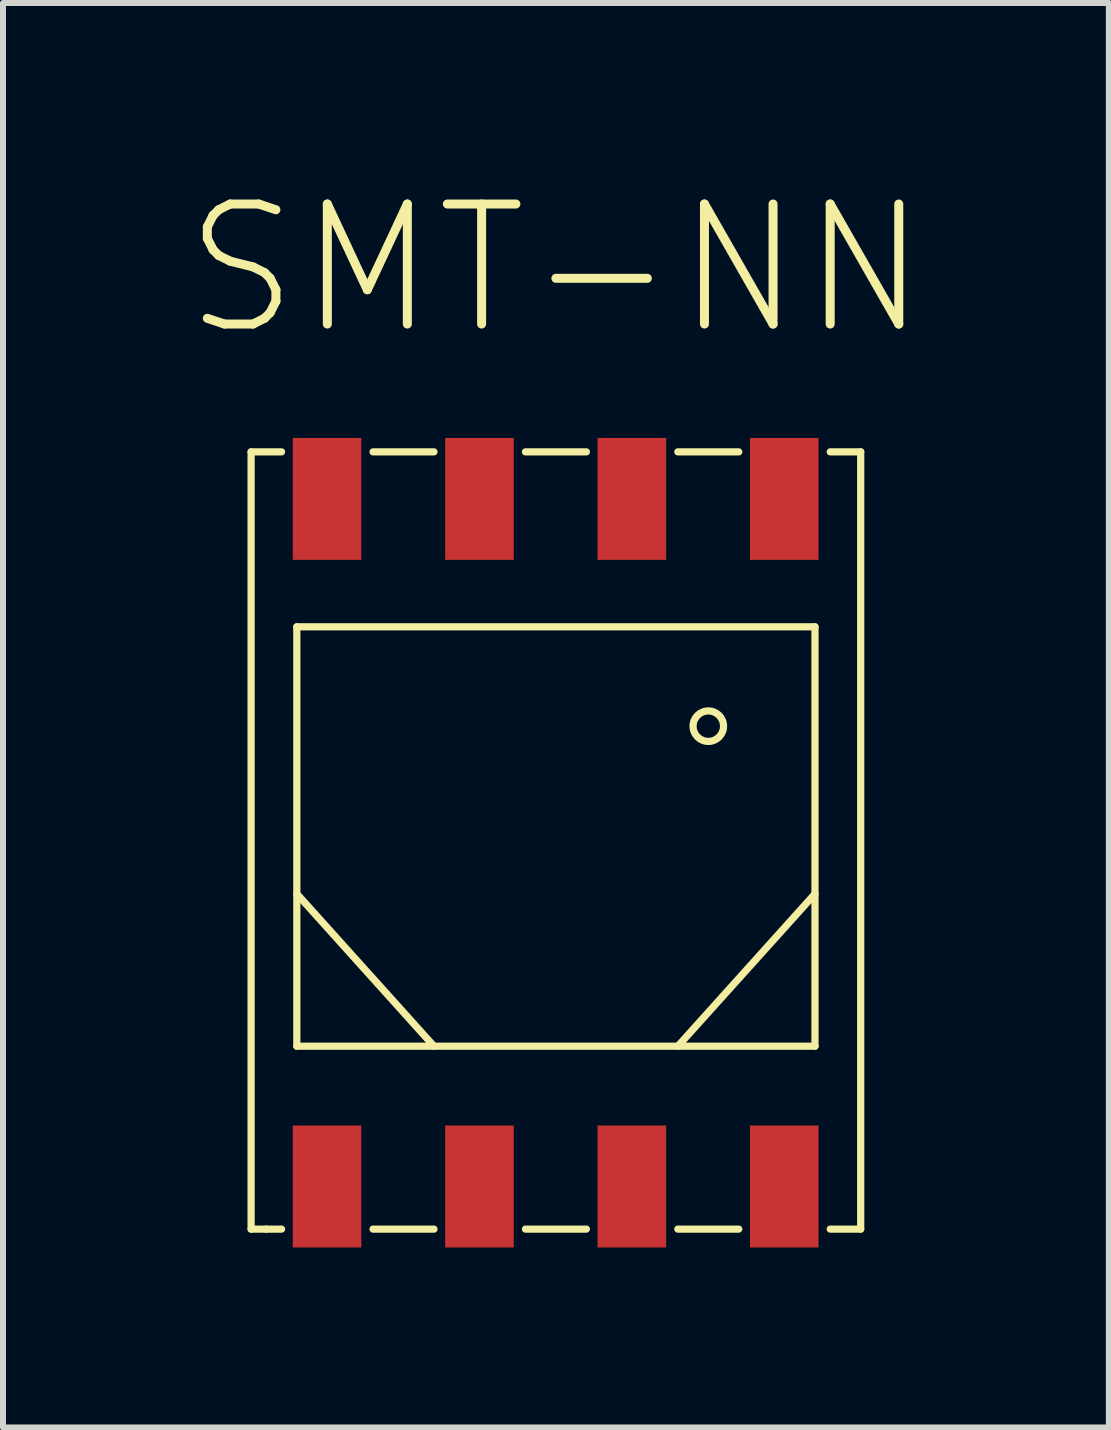
<source format=kicad_pcb>
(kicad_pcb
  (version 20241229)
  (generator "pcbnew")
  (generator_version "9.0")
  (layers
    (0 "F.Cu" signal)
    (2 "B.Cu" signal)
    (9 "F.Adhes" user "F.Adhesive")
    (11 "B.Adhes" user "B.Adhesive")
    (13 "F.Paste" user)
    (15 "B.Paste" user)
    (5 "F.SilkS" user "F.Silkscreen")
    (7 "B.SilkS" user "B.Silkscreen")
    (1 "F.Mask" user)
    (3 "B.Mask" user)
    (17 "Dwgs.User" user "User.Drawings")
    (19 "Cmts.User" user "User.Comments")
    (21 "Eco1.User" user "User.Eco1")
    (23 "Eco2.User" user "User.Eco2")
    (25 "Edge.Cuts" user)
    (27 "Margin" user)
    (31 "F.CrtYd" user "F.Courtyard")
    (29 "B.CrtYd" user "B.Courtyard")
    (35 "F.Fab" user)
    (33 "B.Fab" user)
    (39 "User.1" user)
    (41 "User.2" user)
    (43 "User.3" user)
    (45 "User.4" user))
  (footprint "SMT-NN"
    (layer "F.Cu")
    (at 6.215 11.847)
    (property "Reference" "SMT-NN" (at 0 -10.414 0) (layer "F.SilkS") (effects (font (size 2 2) (thickness 0.15))))
    (attr through_hole)
    (fp_line (start -5.08 5.588) (end -5.08 -7.366) (stroke (width 0.12) (type solid)) (layer "F.SilkS"))
    (fp_line (start -4.826 5.588) (end -5.08 5.588) (stroke (width 0.12) (type solid)) (layer "F.SilkS"))
    (fp_line (start -4.826 5.588) (end -4.572 5.588) (stroke (width 0.12) (type solid)) (layer "F.SilkS"))
    (fp_line (start -4.572 -7.366) (end -5.08 -7.366) (stroke (width 0.12) (type solid)) (layer "F.SilkS"))
    (fp_line (start -4.318 -4.45) (end 4.318 -4.45) (stroke (width 0.12) (type solid)) (layer "F.SilkS"))
    (fp_line (start -4.318 0) (end -2.032 2.54) (stroke (width 0.12) (type solid)) (layer "F.SilkS"))
    (fp_line (start -4.318 2.54) (end -4.318 -4.45) (stroke (width 0.12) (type solid)) (layer "F.SilkS"))
    (fp_line (start -3.048 -7.366) (end -2.032 -7.366) (stroke (width 0.12) (type solid)) (layer "F.SilkS"))
    (fp_line (start -2.032 5.588) (end -3.048 5.588) (stroke (width 0.12) (type solid)) (layer "F.SilkS"))
    (fp_line (start -0.508 -7.366) (end 0.508 -7.366) (stroke (width 0.12) (type solid)) (layer "F.SilkS"))
    (fp_line (start -0.508 5.588) (end 0.508 5.588) (stroke (width 0.12) (type solid)) (layer "F.SilkS"))
    (fp_line (start 2.032 -7.366) (end 3.048 -7.366) (stroke (width 0.12) (type solid)) (layer "F.SilkS"))
    (fp_line (start 2.032 2.54) (end 4.318 0) (stroke (width 0.12) (type solid)) (layer "F.SilkS"))
    (fp_line (start 2.032 5.588) (end 3.048 5.588) (stroke (width 0.12) (type solid)) (layer "F.SilkS"))
    (fp_line (start 4.318 -4.45) (end 4.318 2.54) (stroke (width 0.12) (type solid)) (layer "F.SilkS"))
    (fp_line (start 4.318 2.54) (end -4.318 2.54) (stroke (width 0.12) (type solid)) (layer "F.SilkS"))
    (fp_line (start 4.572 -7.366) (end 5.08 -7.366) (stroke (width 0.12) (type solid)) (layer "F.SilkS"))
    (fp_line (start 5.08 -7.366) (end 5.08 5.588) (stroke (width 0.12) (type solid)) (layer "F.SilkS"))
    (fp_line (start 5.08 5.588) (end 4.572 5.588) (stroke (width 0.12) (type solid)) (layer "F.SilkS"))
    (fp_circle (center 2.54 -2.794) (end 2.54 -3.048) (stroke (width 0.12) (type solid)) (fill no) (layer "F.SilkS"))
    (pad "1" smd rect (at -3.814 4.878) (size 1.143 2.032) (layers "F.Cu" "F.Mask" "F.Paste"))
    (pad "2" smd rect (at -1.274 4.878) (size 1.143 2.032) (layers "F.Cu" "F.Mask" "F.Paste"))
    (pad "3" smd rect (at 1.266 4.878) (size 1.143 2.032) (layers "F.Cu" "F.Mask" "F.Paste"))
    (pad "4" smd rect (at 3.806 4.878) (size 1.143 2.032) (layers "F.Cu" "F.Mask" "F.Paste"))
    (pad "5" smd rect (at 3.806 -6.582) (size 1.143 2.032) (layers "F.Cu" "F.Mask" "F.Paste"))
    (pad "6" smd rect (at 1.266 -6.582) (size 1.143 2.032) (layers "F.Cu" "F.Mask" "F.Paste"))
    (pad "7" smd rect (at -1.274 -6.582) (size 1.143 2.032) (layers "F.Cu" "F.Mask" "F.Paste"))
    (pad "8" smd rect (at -3.814 -6.582) (size 1.143 2.032) (layers "F.Cu" "F.Mask" "F.Paste")))
  (gr_rect
    (start -3 -3)
    (end 15.431 20.741)
    (stroke (width 0.1) (type default))
    (fill no)
    (layer "Edge.Cuts")))
</source>
